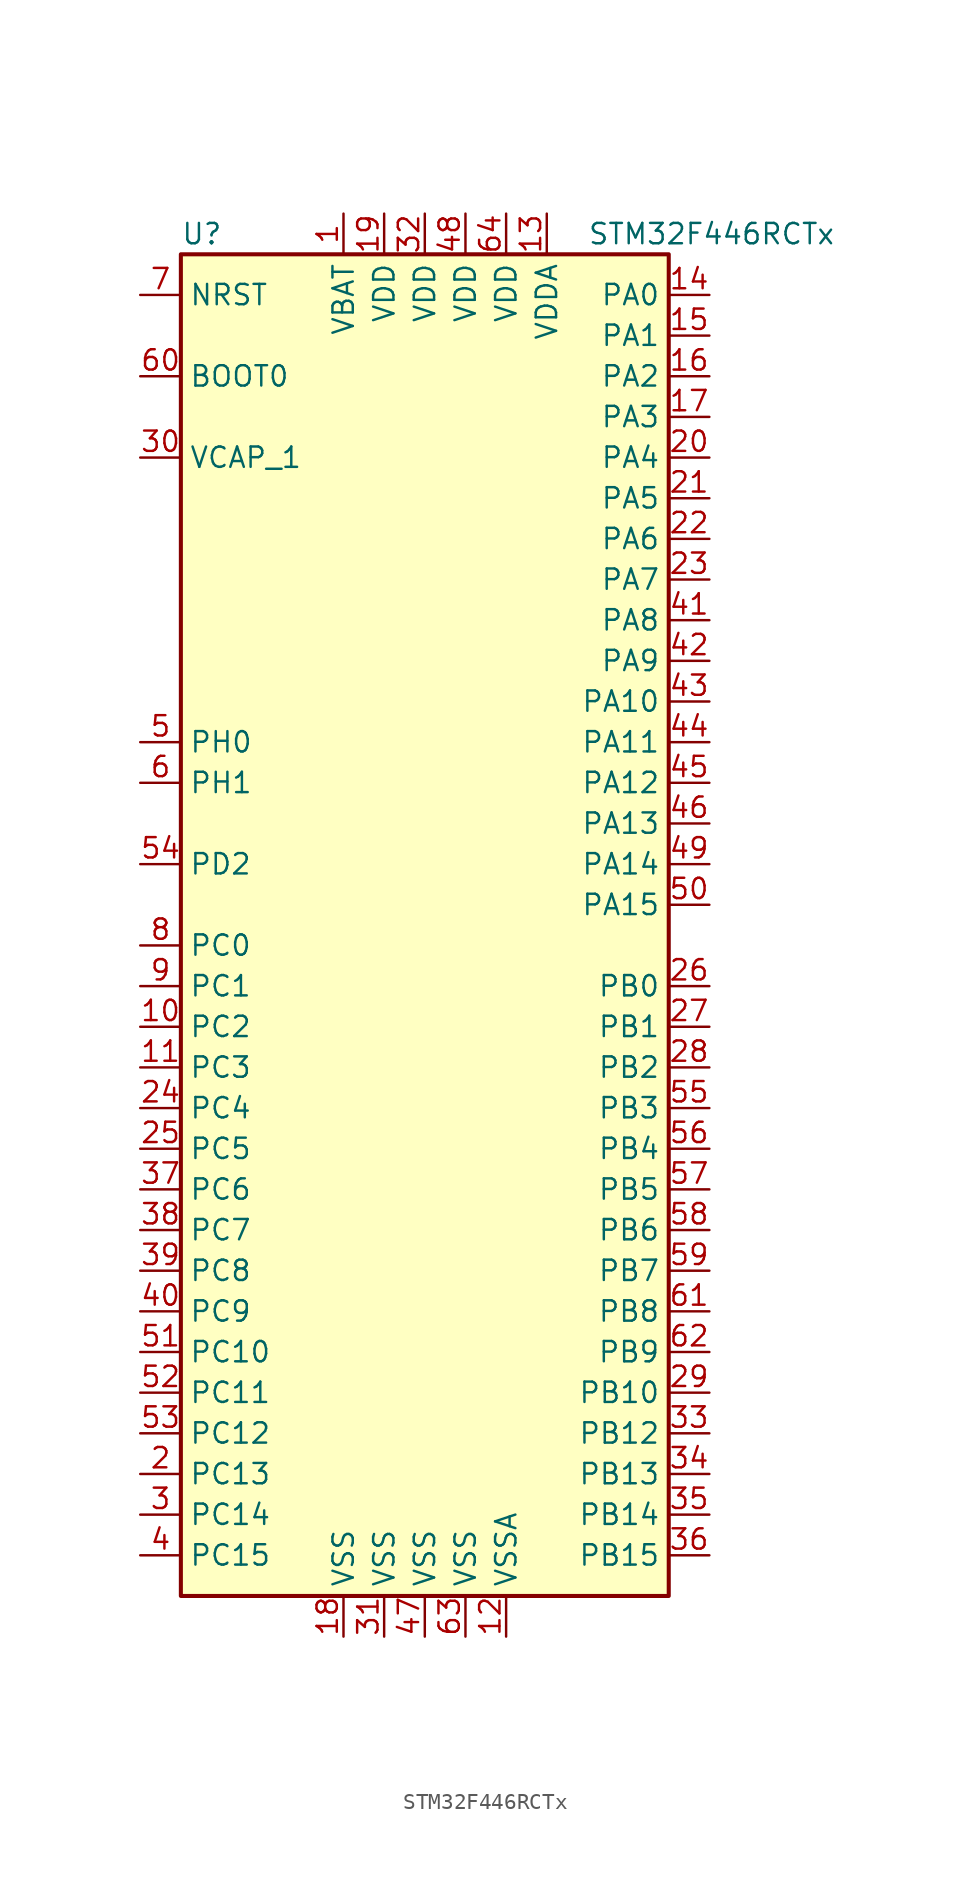
<source format=kicad_sym>
(kicad_symbol_lib
  (version 20211014)
  (generator kicad_symbol_editor)
  (symbol "STM32F446RCTx"
    (property "Reference" "U"
      (at -15.24 41.91 0)
      (effects (font (size 1.27 1.27)) (justify left)))
    (property "Value" "STM32F446RCTx"
      (at 10.16 41.91 0)
      (effects (font (size 1.27 1.27)) (justify left)))
    (symbol "STM32F446RCTx_0_1"
      (rectangle (start -15.24 -43.18) (end 15.24 40.64) (stroke (width 0.254) (type default) (color 0 0 0 0)) (fill (type background))))
    (symbol "STM32F446RCTx_1_1"
      (pin power_in line (at -5.08 43.18 270) (length 2.54) (name "VBAT" (effects (font (size 1.27 1.27)))) (number "1" (effects (font (size 1.27 1.27)))))
      (pin bidirectional line (at -17.78 -7.62 0) (length 2.54) (name "PC2" (effects (font (size 1.27 1.27)))) (number "10" (effects (font (size 1.27 1.27)))))
      (pin bidirectional line (at -17.78 -10.16 0) (length 2.54) (name "PC3" (effects (font (size 1.27 1.27)))) (number "11" (effects (font (size 1.27 1.27)))))
      (pin power_in line (at 5.08 -45.72 90) (length 2.54) (name "VSSA" (effects (font (size 1.27 1.27)))) (number "12" (effects (font (size 1.27 1.27)))))
      (pin power_in line (at 7.62 43.18 270) (length 2.54) (name "VDDA" (effects (font (size 1.27 1.27)))) (number "13" (effects (font (size 1.27 1.27)))))
      (pin bidirectional line (at 17.78 38.1 180) (length 2.54) (name "PA0" (effects (font (size 1.27 1.27)))) (number "14" (effects (font (size 1.27 1.27)))))
      (pin bidirectional line (at 17.78 35.56 180) (length 2.54) (name "PA1" (effects (font (size 1.27 1.27)))) (number "15" (effects (font (size 1.27 1.27)))))
      (pin bidirectional line (at 17.78 33.02 180) (length 2.54) (name "PA2" (effects (font (size 1.27 1.27)))) (number "16" (effects (font (size 1.27 1.27)))))
      (pin bidirectional line (at 17.78 30.48 180) (length 2.54) (name "PA3" (effects (font (size 1.27 1.27)))) (number "17" (effects (font (size 1.27 1.27)))))
      (pin power_in line (at -5.08 -45.72 90) (length 2.54) (name "VSS" (effects (font (size 1.27 1.27)))) (number "18" (effects (font (size 1.27 1.27)))))
      (pin power_in line (at -2.54 43.18 270) (length 2.54) (name "VDD" (effects (font (size 1.27 1.27)))) (number "19" (effects (font (size 1.27 1.27)))))
      (pin bidirectional line (at -17.78 -35.56 0) (length 2.54) (name "PC13" (effects (font (size 1.27 1.27)))) (number "2" (effects (font (size 1.27 1.27)))))
      (pin bidirectional line (at 17.78 27.94 180) (length 2.54) (name "PA4" (effects (font (size 1.27 1.27)))) (number "20" (effects (font (size 1.27 1.27)))))
      (pin bidirectional line (at 17.78 25.4 180) (length 2.54) (name "PA5" (effects (font (size 1.27 1.27)))) (number "21" (effects (font (size 1.27 1.27)))))
      (pin bidirectional line (at 17.78 22.86 180) (length 2.54) (name "PA6" (effects (font (size 1.27 1.27)))) (number "22" (effects (font (size 1.27 1.27)))))
      (pin bidirectional line (at 17.78 20.32 180) (length 2.54) (name "PA7" (effects (font (size 1.27 1.27)))) (number "23" (effects (font (size 1.27 1.27)))))
      (pin bidirectional line (at -17.78 -12.7 0) (length 2.54) (name "PC4" (effects (font (size 1.27 1.27)))) (number "24" (effects (font (size 1.27 1.27)))))
      (pin bidirectional line (at -17.78 -15.24 0) (length 2.54) (name "PC5" (effects (font (size 1.27 1.27)))) (number "25" (effects (font (size 1.27 1.27)))))
      (pin bidirectional line (at 17.78 -5.08 180) (length 2.54) (name "PB0" (effects (font (size 1.27 1.27)))) (number "26" (effects (font (size 1.27 1.27)))))
      (pin bidirectional line (at 17.78 -7.62 180) (length 2.54) (name "PB1" (effects (font (size 1.27 1.27)))) (number "27" (effects (font (size 1.27 1.27)))))
      (pin bidirectional line (at 17.78 -10.16 180) (length 2.54) (name "PB2" (effects (font (size 1.27 1.27)))) (number "28" (effects (font (size 1.27 1.27)))))
      (pin bidirectional line (at 17.78 -30.48 180) (length 2.54) (name "PB10" (effects (font (size 1.27 1.27)))) (number "29" (effects (font (size 1.27 1.27)))))
      (pin bidirectional line (at -17.78 -38.1 0) (length 2.54) (name "PC14" (effects (font (size 1.27 1.27)))) (number "3" (effects (font (size 1.27 1.27)))))
      (pin power_in line (at -17.78 27.94 0) (length 2.54) (name "VCAP_1" (effects (font (size 1.27 1.27)))) (number "30" (effects (font (size 1.27 1.27)))))
      (pin power_in line (at -2.54 -45.72 90) (length 2.54) (name "VSS" (effects (font (size 1.27 1.27)))) (number "31" (effects (font (size 1.27 1.27)))))
      (pin power_in line (at 0 43.18 270) (length 2.54) (name "VDD" (effects (font (size 1.27 1.27)))) (number "32" (effects (font (size 1.27 1.27)))))
      (pin bidirectional line (at 17.78 -33.02 180) (length 2.54) (name "PB12" (effects (font (size 1.27 1.27)))) (number "33" (effects (font (size 1.27 1.27)))))
      (pin bidirectional line (at 17.78 -35.56 180) (length 2.54) (name "PB13" (effects (font (size 1.27 1.27)))) (number "34" (effects (font (size 1.27 1.27)))))
      (pin bidirectional line (at 17.78 -38.1 180) (length 2.54) (name "PB14" (effects (font (size 1.27 1.27)))) (number "35" (effects (font (size 1.27 1.27)))))
      (pin bidirectional line (at 17.78 -40.64 180) (length 2.54) (name "PB15" (effects (font (size 1.27 1.27)))) (number "36" (effects (font (size 1.27 1.27)))))
      (pin bidirectional line (at -17.78 -17.78 0) (length 2.54) (name "PC6" (effects (font (size 1.27 1.27)))) (number "37" (effects (font (size 1.27 1.27)))))
      (pin bidirectional line (at -17.78 -20.32 0) (length 2.54) (name "PC7" (effects (font (size 1.27 1.27)))) (number "38" (effects (font (size 1.27 1.27)))))
      (pin bidirectional line (at -17.78 -22.86 0) (length 2.54) (name "PC8" (effects (font (size 1.27 1.27)))) (number "39" (effects (font (size 1.27 1.27)))))
      (pin bidirectional line (at -17.78 -40.64 0) (length 2.54) (name "PC15" (effects (font (size 1.27 1.27)))) (number "4" (effects (font (size 1.27 1.27)))))
      (pin bidirectional line (at -17.78 -25.4 0) (length 2.54) (name "PC9" (effects (font (size 1.27 1.27)))) (number "40" (effects (font (size 1.27 1.27)))))
      (pin bidirectional line (at 17.78 17.78 180) (length 2.54) (name "PA8" (effects (font (size 1.27 1.27)))) (number "41" (effects (font (size 1.27 1.27)))))
      (pin bidirectional line (at 17.78 15.24 180) (length 2.54) (name "PA9" (effects (font (size 1.27 1.27)))) (number "42" (effects (font (size 1.27 1.27)))))
      (pin bidirectional line (at 17.78 12.7 180) (length 2.54) (name "PA10" (effects (font (size 1.27 1.27)))) (number "43" (effects (font (size 1.27 1.27)))))
      (pin bidirectional line (at 17.78 10.16 180) (length 2.54) (name "PA11" (effects (font (size 1.27 1.27)))) (number "44" (effects (font (size 1.27 1.27)))))
      (pin bidirectional line (at 17.78 7.62 180) (length 2.54) (name "PA12" (effects (font (size 1.27 1.27)))) (number "45" (effects (font (size 1.27 1.27)))))
      (pin bidirectional line (at 17.78 5.08 180) (length 2.54) (name "PA13" (effects (font (size 1.27 1.27)))) (number "46" (effects (font (size 1.27 1.27)))))
      (pin power_in line (at 0 -45.72 90) (length 2.54) (name "VSS" (effects (font (size 1.27 1.27)))) (number "47" (effects (font (size 1.27 1.27)))))
      (pin power_in line (at 2.54 43.18 270) (length 2.54) (name "VDD" (effects (font (size 1.27 1.27)))) (number "48" (effects (font (size 1.27 1.27)))))
      (pin bidirectional line (at 17.78 2.54 180) (length 2.54) (name "PA14" (effects (font (size 1.27 1.27)))) (number "49" (effects (font (size 1.27 1.27)))))
      (pin input line (at -17.78 10.16 0) (length 2.54) (name "PH0" (effects (font (size 1.27 1.27)))) (number "5" (effects (font (size 1.27 1.27)))))
      (pin bidirectional line (at 17.78 0 180) (length 2.54) (name "PA15" (effects (font (size 1.27 1.27)))) (number "50" (effects (font (size 1.27 1.27)))))
      (pin bidirectional line (at -17.78 -27.94 0) (length 2.54) (name "PC10" (effects (font (size 1.27 1.27)))) (number "51" (effects (font (size 1.27 1.27)))))
      (pin bidirectional line (at -17.78 -30.48 0) (length 2.54) (name "PC11" (effects (font (size 1.27 1.27)))) (number "52" (effects (font (size 1.27 1.27)))))
      (pin bidirectional line (at -17.78 -33.02 0) (length 2.54) (name "PC12" (effects (font (size 1.27 1.27)))) (number "53" (effects (font (size 1.27 1.27)))))
      (pin bidirectional line (at -17.78 2.54 0) (length 2.54) (name "PD2" (effects (font (size 1.27 1.27)))) (number "54" (effects (font (size 1.27 1.27)))))
      (pin bidirectional line (at 17.78 -12.7 180) (length 2.54) (name "PB3" (effects (font (size 1.27 1.27)))) (number "55" (effects (font (size 1.27 1.27)))))
      (pin bidirectional line (at 17.78 -15.24 180) (length 2.54) (name "PB4" (effects (font (size 1.27 1.27)))) (number "56" (effects (font (size 1.27 1.27)))))
      (pin bidirectional line (at 17.78 -17.78 180) (length 2.54) (name "PB5" (effects (font (size 1.27 1.27)))) (number "57" (effects (font (size 1.27 1.27)))))
      (pin bidirectional line (at 17.78 -20.32 180) (length 2.54) (name "PB6" (effects (font (size 1.27 1.27)))) (number "58" (effects (font (size 1.27 1.27)))))
      (pin bidirectional line (at 17.78 -22.86 180) (length 2.54) (name "PB7" (effects (font (size 1.27 1.27)))) (number "59" (effects (font (size 1.27 1.27)))))
      (pin input line (at -17.78 7.62 0) (length 2.54) (name "PH1" (effects (font (size 1.27 1.27)))) (number "6" (effects (font (size 1.27 1.27)))))
      (pin input line (at -17.78 33.02 0) (length 2.54) (name "BOOT0" (effects (font (size 1.27 1.27)))) (number "60" (effects (font (size 1.27 1.27)))))
      (pin bidirectional line (at 17.78 -25.4 180) (length 2.54) (name "PB8" (effects (font (size 1.27 1.27)))) (number "61" (effects (font (size 1.27 1.27)))))
      (pin bidirectional line (at 17.78 -27.94 180) (length 2.54) (name "PB9" (effects (font (size 1.27 1.27)))) (number "62" (effects (font (size 1.27 1.27)))))
      (pin power_in line (at 2.54 -45.72 90) (length 2.54) (name "VSS" (effects (font (size 1.27 1.27)))) (number "63" (effects (font (size 1.27 1.27)))))
      (pin power_in line (at 5.08 43.18 270) (length 2.54) (name "VDD" (effects (font (size 1.27 1.27)))) (number "64" (effects (font (size 1.27 1.27)))))
      (pin input line (at -17.78 38.1 0) (length 2.54) (name "NRST" (effects (font (size 1.27 1.27)))) (number "7" (effects (font (size 1.27 1.27)))))
      (pin bidirectional line (at -17.78 -2.54 0) (length 2.54) (name "PC0" (effects (font (size 1.27 1.27)))) (number "8" (effects (font (size 1.27 1.27)))))
      (pin bidirectional line (at -17.78 -5.08 0) (length 2.54) (name "PC1" (effects (font (size 1.27 1.27)))) (number "9" (effects (font (size 1.27 1.27))))))))
</source>
